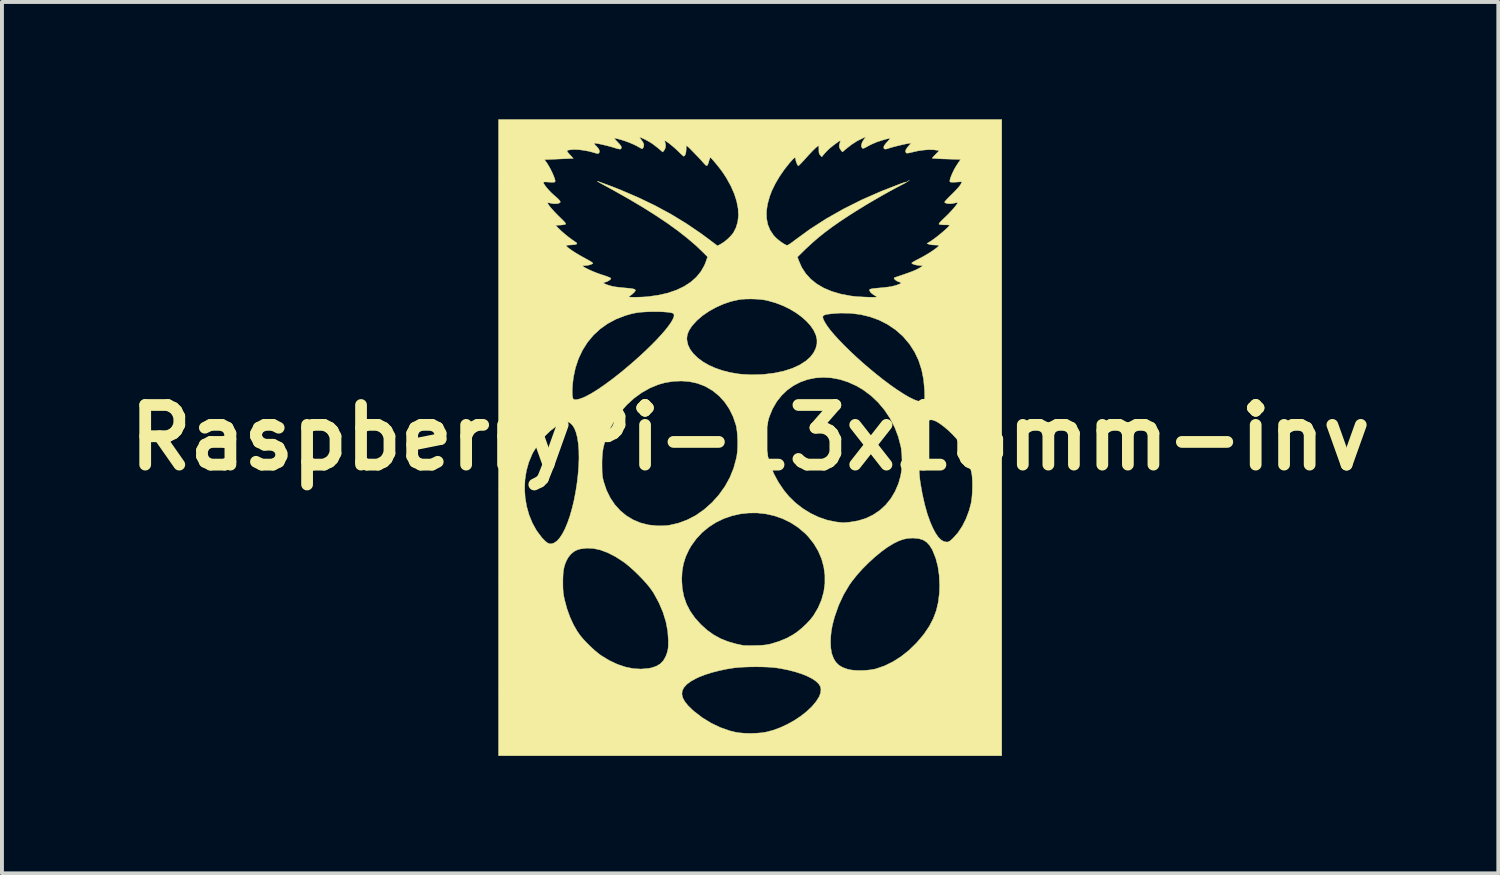
<source format=kicad_pcb>
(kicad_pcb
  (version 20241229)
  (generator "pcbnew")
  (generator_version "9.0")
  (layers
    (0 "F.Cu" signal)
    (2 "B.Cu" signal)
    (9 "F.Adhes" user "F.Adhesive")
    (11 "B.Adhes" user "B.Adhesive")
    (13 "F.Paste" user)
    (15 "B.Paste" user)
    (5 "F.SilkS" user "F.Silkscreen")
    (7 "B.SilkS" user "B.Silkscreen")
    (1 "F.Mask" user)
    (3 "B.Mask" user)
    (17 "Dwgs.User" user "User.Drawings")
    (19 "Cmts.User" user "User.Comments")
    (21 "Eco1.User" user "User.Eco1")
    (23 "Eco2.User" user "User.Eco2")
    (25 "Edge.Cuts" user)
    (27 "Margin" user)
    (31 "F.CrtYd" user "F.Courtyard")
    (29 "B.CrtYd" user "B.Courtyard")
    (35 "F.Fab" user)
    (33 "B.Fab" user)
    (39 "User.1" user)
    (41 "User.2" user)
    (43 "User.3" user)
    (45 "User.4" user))
  (footprint "RaspberryPi-13x16mm-inv"
    (layer "F.Cu")
    (at 16.118 8.133)
    (property "Reference" "RaspberryPi-13x16mm-inv" (at 0 0 0) (layer "F.SilkS") (effects (font (size 1.524 1.524) (thickness 0.3))))
    (attr through_hole)
    (fp_poly (pts (xy 4.032 -6.548) (xy 4.024 -6.54) (xy 4.016 -6.548) (xy 4.024 -6.556) (xy 4.032 -6.548)) (stroke (width 0.01) (type solid)) (fill yes) (layer "F.SilkS"))
    (fp_poly (pts (xy 4.064 -6.564) (xy 4.056 -6.556) (xy 4.048 -6.564) (xy 4.056 -6.572) (xy 4.064 -6.564)) (stroke (width 0.01) (type solid)) (fill yes) (layer "F.SilkS"))
    (fp_poly (pts (xy 6.429 8.128) (xy -6.429 8.128) (xy -6.429 6.552) (xy -1.744 6.552) (xy -1.724 6.643) (xy -1.672 6.74) (xy -1.591 6.843) (xy -1.478 6.954) (xy -1.436 6.991) (xy -1.224 7.154) (xy -0.998 7.293) (xy -0.762 7.406) (xy -0.522 7.49) (xy -0.381 7.525) (xy -0.267 7.543) (xy -0.132 7.554) (xy 0.013 7.557) (xy 0.159 7.552) (xy 0.295 7.541) (xy 0.398 7.525) (xy 0.583 7.477) (xy 0.769 7.409) (xy 0.952 7.324) (xy 1.129 7.226) (xy 1.294 7.116) (xy 1.445 6.997) (xy 1.577 6.872) (xy 1.685 6.744) (xy 1.766 6.615) (xy 1.769 6.608) (xy 1.801 6.518) (xy 1.809 6.43) (xy 1.795 6.36) (xy 1.753 6.292) (xy 1.683 6.225) (xy 1.586 6.159) (xy 1.465 6.097) (xy 1.323 6.039) (xy 1.163 5.987) (xy 0.987 5.941) (xy 0.797 5.902) (xy 0.667 5.881) (xy 0.562 5.87) (xy 0.433 5.862) (xy 0.288 5.857) (xy 0.135 5.856) (xy -0.019 5.858) (xy -0.165 5.863) (xy -0.297 5.871) (xy -0.398 5.881) (xy -0.593 5.912) (xy -0.788 5.953) (xy -0.976 6.001) (xy -1.15 6.056) (xy -1.303 6.115) (xy -1.382 6.152) (xy -1.517 6.227) (xy -1.62 6.304) (xy -1.692 6.384) (xy -1.734 6.466) (xy -1.744 6.552) (xy -6.429 6.552) (xy -6.429 3.699) (xy -4.785 3.699) (xy -4.784 3.805) (xy -4.781 3.889) (xy -4.775 3.96) (xy -4.766 4.026) (xy -4.752 4.097) (xy -4.74 4.151) (xy -4.68 4.374) (xy -4.604 4.584) (xy -4.515 4.779) (xy -4.416 4.951) (xy -4.342 5.056) (xy -4.265 5.148) (xy -4.172 5.247) (xy -4.07 5.347) (xy -3.968 5.441) (xy -3.871 5.52) (xy -3.809 5.566) (xy -3.604 5.691) (xy -3.397 5.789) (xy -3.191 5.859) (xy -2.988 5.901) (xy -2.789 5.913) (xy -2.596 5.896) (xy -2.516 5.88) (xy -2.394 5.838) (xy -2.295 5.779) (xy -2.217 5.697) (xy -2.157 5.592) (xy -2.124 5.503) (xy -2.108 5.447) (xy -2.098 5.392) (xy -2.092 5.33) (xy -2.09 5.251) (xy -2.09 5.183) (xy -2.106 4.946) (xy -2.152 4.704) (xy -2.227 4.461) (xy -2.33 4.22) (xy -2.458 3.984) (xy -2.501 3.917) (xy -2.565 3.828) (xy -2.649 3.727) (xy -2.745 3.62) (xy -1.748 3.62) (xy -1.735 3.844) (xy -1.695 4.053) (xy -1.628 4.249) (xy -1.531 4.435) (xy -1.406 4.613) (xy -1.255 4.778) (xy -1.099 4.919) (xy -0.935 5.036) (xy -0.76 5.133) (xy -0.568 5.21) (xy -0.356 5.271) (xy -0.175 5.309) (xy -0.145 5.311) (xy -0.091 5.312) (xy -0.018 5.313) (xy 0.068 5.312) (xy 0.119 5.311) (xy 0.234 5.308) (xy 0.326 5.303) (xy 0.403 5.294) (xy 0.476 5.282) (xy 0.524 5.271) (xy 0.649 5.233) (xy 2.054 5.233) (xy 2.061 5.37) (xy 2.079 5.488) (xy 2.091 5.534) (xy 2.137 5.651) (xy 2.195 5.743) (xy 2.269 5.815) (xy 2.364 5.871) (xy 2.485 5.915) (xy 2.51 5.922) (xy 2.602 5.939) (xy 2.717 5.948) (xy 2.843 5.95) (xy 2.972 5.944) (xy 3.094 5.93) (xy 3.201 5.91) (xy 3.215 5.906) (xy 3.434 5.831) (xy 3.65 5.725) (xy 3.86 5.591) (xy 4.06 5.432) (xy 4.25 5.247) (xy 4.425 5.041) (xy 4.446 5.013) (xy 4.577 4.82) (xy 4.68 4.622) (xy 4.757 4.417) (xy 4.808 4.199) (xy 4.836 3.965) (xy 4.842 3.78) (xy 4.831 3.525) (xy 4.798 3.292) (xy 4.742 3.079) (xy 4.664 2.885) (xy 4.648 2.853) (xy 4.582 2.747) (xy 4.507 2.668) (xy 4.418 2.613) (xy 4.311 2.58) (xy 4.183 2.567) (xy 4.143 2.566) (xy 4.023 2.574) (xy 3.908 2.599) (xy 3.789 2.642) (xy 3.658 2.707) (xy 3.653 2.71) (xy 3.506 2.801) (xy 3.348 2.916) (xy 3.187 3.049) (xy 3.027 3.195) (xy 2.873 3.349) (xy 2.731 3.507) (xy 2.606 3.664) (xy 2.537 3.761) (xy 2.387 4.013) (xy 2.261 4.285) (xy 2.159 4.574) (xy 2.102 4.788) (xy 2.075 4.935) (xy 2.059 5.086) (xy 2.054 5.233) (xy 0.649 5.233) (xy 0.732 5.208) (xy 0.933 5.125) (xy 1.104 5.031) (xy 1.211 4.957) (xy 1.324 4.864) (xy 1.433 4.762) (xy 1.532 4.657) (xy 1.611 4.558) (xy 1.618 4.548) (xy 1.735 4.352) (xy 1.823 4.148) (xy 1.881 3.939) (xy 1.91 3.726) (xy 1.91 3.513) (xy 1.881 3.302) (xy 1.825 3.096) (xy 1.74 2.897) (xy 1.628 2.709) (xy 1.488 2.532) (xy 1.404 2.445) (xy 1.225 2.294) (xy 1.033 2.169) (xy 0.83 2.07) (xy 0.62 1.997) (xy 0.403 1.948) (xy 0.184 1.924) (xy -0.036 1.925) (xy -0.254 1.949) (xy -0.467 1.998) (xy -0.673 2.069) (xy -0.87 2.164) (xy -1.053 2.281) (xy -1.223 2.42) (xy -1.374 2.581) (xy -1.506 2.763) (xy -1.568 2.871) (xy -1.65 3.05) (xy -1.706 3.232) (xy -1.738 3.423) (xy -1.748 3.62) (xy -2.745 3.62) (xy -2.748 3.618) (xy -2.856 3.506) (xy -2.968 3.398) (xy -3.079 3.299) (xy -3.182 3.214) (xy -3.239 3.172) (xy -3.441 3.041) (xy -3.636 2.941) (xy -3.823 2.871) (xy -4.001 2.832) (xy -4.173 2.823) (xy -4.336 2.844) (xy -4.417 2.867) (xy -4.5 2.909) (xy -4.58 2.976) (xy -4.649 3.062) (xy -4.688 3.131) (xy -4.724 3.214) (xy -4.75 3.295) (xy -4.768 3.382) (xy -4.779 3.481) (xy -4.784 3.6) (xy -4.785 3.699) (xy -6.429 3.699) (xy -6.429 1.304) (xy -5.763 1.304) (xy -5.749 1.533) (xy -5.71 1.758) (xy -5.649 1.976) (xy -5.564 2.183) (xy -5.457 2.375) (xy -5.328 2.548) (xy -5.294 2.585) (xy -5.227 2.652) (xy -5.171 2.694) (xy -5.121 2.713) (xy -5.069 2.711) (xy -5.011 2.691) (xy -5.007 2.689) (xy -4.935 2.639) (xy -4.864 2.56) (xy -4.795 2.454) (xy -4.728 2.324) (xy -4.665 2.172) (xy -4.605 2.001) (xy -4.551 1.812) (xy -4.502 1.609) (xy -4.46 1.394) (xy -4.425 1.17) (xy -4.398 0.938) (xy -4.382 0.738) (xy -4.38 0.699) (xy -3.785 0.699) (xy -3.784 0.805) (xy -3.782 0.887) (xy -3.777 0.952) (xy -3.77 1.008) (xy -3.759 1.063) (xy -3.744 1.123) (xy -3.742 1.13) (xy -3.67 1.344) (xy -3.574 1.539) (xy -3.457 1.713) (xy -3.319 1.865) (xy -3.162 1.995) (xy -2.989 2.099) (xy -2.8 2.178) (xy -2.598 2.229) (xy -2.384 2.252) (xy -2.334 2.253) (xy -2.251 2.252) (xy -2.167 2.248) (xy -2.096 2.242) (xy -2.069 2.238) (xy -1.831 2.184) (xy -1.604 2.099) (xy -1.386 1.985) (xy -1.179 1.84) (xy -0.982 1.665) (xy -0.975 1.659) (xy -0.796 1.459) (xy -0.643 1.244) (xy -0.517 1.016) (xy -0.42 0.775) (xy -0.353 0.526) (xy -0.34 0.46) (xy -0.327 0.354) (xy -0.32 0.229) (xy -0.319 0.096) (xy -0.323 -0.012) (xy 0.4 -0.012) (xy 0.41 0.222) (xy 0.447 0.457) (xy 0.512 0.69) (xy 0.604 0.919) (xy 0.722 1.139) (xy 0.864 1.348) (xy 0.988 1.498) (xy 1.156 1.663) (xy 1.343 1.809) (xy 1.544 1.933) (xy 1.755 2.033) (xy 1.971 2.107) (xy 2.189 2.152) (xy 2.237 2.158) (xy 2.295 2.164) (xy 2.341 2.169) (xy 2.364 2.172) (xy 2.365 2.173) (xy 2.383 2.172) (xy 2.426 2.169) (xy 2.487 2.164) (xy 2.544 2.159) (xy 2.76 2.123) (xy 2.961 2.06) (xy 3.147 1.97) (xy 3.316 1.856) (xy 3.466 1.717) (xy 3.596 1.556) (xy 3.704 1.374) (xy 3.79 1.173) (xy 3.845 0.979) (xy 3.865 0.86) (xy 3.877 0.721) (xy 3.88 0.573) (xy 3.878 0.502) (xy 4.308 0.502) (xy 4.311 0.648) (xy 4.316 0.791) (xy 4.324 0.927) (xy 4.335 1.049) (xy 4.347 1.143) (xy 4.399 1.439) (xy 4.46 1.709) (xy 4.528 1.952) (xy 4.605 2.166) (xy 4.668 2.31) (xy 4.738 2.441) (xy 4.807 2.541) (xy 4.877 2.611) (xy 4.947 2.653) (xy 5.019 2.667) (xy 5.022 2.667) (xy 5.054 2.664) (xy 5.084 2.653) (xy 5.119 2.629) (xy 5.165 2.588) (xy 5.186 2.568) (xy 5.311 2.428) (xy 5.421 2.262) (xy 5.516 2.073) (xy 5.594 1.866) (xy 5.645 1.675) (xy 5.66 1.585) (xy 5.671 1.474) (xy 5.678 1.348) (xy 5.68 1.219) (xy 5.678 1.095) (xy 5.671 0.985) (xy 5.661 0.911) (xy 5.608 0.682) (xy 5.53 0.462) (xy 5.429 0.256) (xy 5.338 0.111) (xy 5.264 0.017) (xy 5.17 -0.085) (xy 5.065 -0.186) (xy 4.956 -0.279) (xy 4.853 -0.355) (xy 4.848 -0.359) (xy 4.758 -0.414) (xy 4.683 -0.446) (xy 4.62 -0.456) (xy 4.564 -0.444) (xy 4.513 -0.416) (xy 4.469 -0.371) (xy 4.425 -0.3) (xy 4.384 -0.212) (xy 4.35 -0.112) (xy 4.338 -0.064) (xy 4.326 0.009) (xy 4.317 0.107) (xy 4.311 0.226) (xy 4.308 0.359) (xy 4.308 0.502) (xy 3.878 0.502) (xy 3.875 0.427) (xy 3.862 0.293) (xy 3.852 0.232) (xy 3.786 -0.022) (xy 3.694 -0.264) (xy 3.575 -0.494) (xy 3.433 -0.707) (xy 3.269 -0.902) (xy 3.086 -1.075) (xy 2.884 -1.225) (xy 2.721 -1.321) (xy 2.506 -1.419) (xy 2.291 -1.488) (xy 2.077 -1.528) (xy 1.868 -1.54) (xy 1.664 -1.526) (xy 1.468 -1.486) (xy 1.282 -1.42) (xy 1.108 -1.33) (xy 0.948 -1.216) (xy 0.805 -1.079) (xy 0.679 -0.92) (xy 0.574 -0.739) (xy 0.491 -0.538) (xy 0.469 -0.468) (xy 0.42 -0.243) (xy 0.4 -0.012) (xy -0.323 -0.012) (xy -0.324 -0.038) (xy -0.335 -0.163) (xy -0.351 -0.27) (xy -0.362 -0.32) (xy -0.435 -0.536) (xy -0.532 -0.733) (xy -0.651 -0.91) (xy -0.792 -1.065) (xy -0.953 -1.197) (xy -1.134 -1.304) (xy -1.165 -1.319) (xy -1.348 -1.388) (xy -1.545 -1.431) (xy -1.752 -1.448) (xy -1.964 -1.439) (xy -2.176 -1.404) (xy -2.342 -1.358) (xy -2.561 -1.268) (xy -2.77 -1.15) (xy -2.968 -1.006) (xy -3.15 -0.84) (xy -3.315 -0.653) (xy -3.459 -0.449) (xy -3.581 -0.231) (xy -3.678 -0.001) (xy -3.689 0.032) (xy -3.725 0.149) (xy -3.752 0.256) (xy -3.769 0.361) (xy -3.78 0.474) (xy -3.785 0.604) (xy -3.785 0.699) (xy -4.38 0.699) (xy -4.374 0.527) (xy -4.377 0.332) (xy -4.391 0.156) (xy -4.414 0.001) (xy -4.448 -0.132) (xy -4.491 -0.241) (xy -4.544 -0.323) (xy -4.604 -0.378) (xy -4.629 -0.391) (xy -4.677 -0.407) (xy -4.721 -0.411) (xy -4.768 -0.401) (xy -4.824 -0.375) (xy -4.896 -0.332) (xy -4.922 -0.315) (xy -5.106 -0.176) (xy -5.273 -0.013) (xy -5.42 0.172) (xy -5.545 0.372) (xy -5.571 0.423) (xy -5.657 0.63) (xy -5.718 0.848) (xy -5.753 1.074) (xy -5.763 1.304) (xy -6.429 1.304) (xy -6.429 -1.215) (xy -4.546 -1.215) (xy -4.545 -1.113) (xy -4.538 -1.038) (xy -4.523 -0.992) (xy -4.519 -0.987) (xy -4.487 -0.971) (xy -4.432 -0.972) (xy -4.359 -0.989) (xy -4.27 -1.021) (xy -4.203 -1.051) (xy -4.054 -1.131) (xy -3.887 -1.235) (xy -3.703 -1.362) (xy -3.503 -1.51) (xy -3.29 -1.678) (xy -3.183 -1.767) (xy -3.002 -1.921) (xy -2.831 -2.073) (xy -2.672 -2.22) (xy -2.525 -2.363) (xy -2.392 -2.498) (xy -2.336 -2.559) (xy -1.616 -2.559) (xy -1.615 -2.493) (xy -1.589 -2.372) (xy -1.533 -2.255) (xy -1.449 -2.144) (xy -1.341 -2.039) (xy -1.211 -1.942) (xy -1.06 -1.854) (xy -0.89 -1.778) (xy -0.705 -1.714) (xy -0.506 -1.664) (xy -0.296 -1.629) (xy -0.22 -1.621) (xy 0.026 -1.607) (xy 0.278 -1.613) (xy 0.365 -1.619) (xy 0.628 -1.652) (xy 0.865 -1.703) (xy 1.077 -1.771) (xy 1.264 -1.857) (xy 1.426 -1.961) (xy 1.534 -2.057) (xy 1.618 -2.164) (xy 1.676 -2.278) (xy 1.706 -2.396) (xy 1.708 -2.5) (xy 1.681 -2.62) (xy 1.625 -2.742) (xy 1.543 -2.862) (xy 1.437 -2.979) (xy 1.311 -3.09) (xy 1.306 -3.094) (xy 1.857 -3.094) (xy 1.859 -3.059) (xy 1.876 -3.012) (xy 1.906 -2.953) (xy 1.964 -2.86) (xy 2.045 -2.751) (xy 2.147 -2.63) (xy 2.268 -2.497) (xy 2.403 -2.357) (xy 2.552 -2.211) (xy 2.712 -2.061) (xy 2.879 -1.911) (xy 3.051 -1.763) (xy 3.226 -1.619) (xy 3.4 -1.481) (xy 3.572 -1.352) (xy 3.738 -1.235) (xy 3.76 -1.221) (xy 3.921 -1.116) (xy 4.061 -1.034) (xy 4.18 -0.975) (xy 4.277 -0.938) (xy 4.354 -0.923) (xy 4.411 -0.93) (xy 4.438 -0.948) (xy 4.449 -0.962) (xy 4.455 -0.982) (xy 4.459 -1.013) (xy 4.46 -1.061) (xy 4.459 -1.131) (xy 4.456 -1.214) (xy 4.432 -1.484) (xy 4.382 -1.735) (xy 4.306 -1.97) (xy 4.204 -2.187) (xy 4.075 -2.388) (xy 3.919 -2.573) (xy 3.889 -2.604) (xy 3.711 -2.76) (xy 3.513 -2.893) (xy 3.298 -3.003) (xy 3.067 -3.087) (xy 2.824 -3.146) (xy 2.57 -3.178) (xy 2.308 -3.183) (xy 2.179 -3.175) (xy 2.062 -3.164) (xy 1.974 -3.153) (xy 1.912 -3.139) (xy 1.874 -3.12) (xy 1.857 -3.094) (xy 1.306 -3.094) (xy 1.167 -3.195) (xy 1.007 -3.29) (xy 0.835 -3.373) (xy 0.653 -3.443) (xy 0.465 -3.497) (xy 0.37 -3.518) (xy 0.273 -3.531) (xy 0.156 -3.54) (xy 0.03 -3.544) (xy -0.095 -3.543) (xy -0.208 -3.536) (xy -0.288 -3.526) (xy -0.484 -3.482) (xy -0.68 -3.416) (xy -0.869 -3.332) (xy -1.048 -3.233) (xy -1.211 -3.122) (xy -1.354 -3) (xy -1.472 -2.872) (xy -1.502 -2.832) (xy -1.564 -2.734) (xy -1.601 -2.646) (xy -1.616 -2.559) (xy -2.336 -2.559) (xy -2.274 -2.626) (xy -2.171 -2.744) (xy -2.087 -2.851) (xy -2.02 -2.946) (xy -1.974 -3.027) (xy -1.948 -3.093) (xy -1.944 -3.143) (xy -1.964 -3.174) (xy -1.977 -3.181) (xy -2.031 -3.195) (xy -2.111 -3.206) (xy -2.213 -3.214) (xy -2.33 -3.219) (xy -2.458 -3.22) (xy -2.564 -3.218) (xy -2.694 -3.212) (xy -2.801 -3.205) (xy -2.894 -3.193) (xy -2.981 -3.177) (xy -3.073 -3.154) (xy -3.177 -3.123) (xy -3.191 -3.119) (xy -3.423 -3.03) (xy -3.637 -2.916) (xy -3.83 -2.779) (xy -4.003 -2.62) (xy -4.154 -2.439) (xy -4.281 -2.239) (xy -4.385 -2.021) (xy -4.464 -1.785) (xy -4.517 -1.534) (xy -4.539 -1.343) (xy -4.546 -1.215) (xy -6.429 -1.215) (xy -6.429 -6.527) (xy -5.286 -6.527) (xy -5.275 -6.495) (xy -5.245 -6.447) (xy -5.201 -6.389) (xy -5.146 -6.326) (xy -5.085 -6.262) (xy -5.023 -6.204) (xy -5.014 -6.196) (xy -4.942 -6.134) (xy -4.893 -6.087) (xy -4.863 -6.053) (xy -4.852 -6.029) (xy -4.855 -6.012) (xy -4.863 -6.003) (xy -4.905 -5.984) (xy -4.967 -5.976) (xy -5.038 -5.979) (xy -5.092 -5.99) (xy -5.138 -6) (xy -5.168 -6.003) (xy -5.175 -6.001) (xy -5.163 -5.969) (xy -5.129 -5.918) (xy -5.074 -5.852) (xy -5 -5.77) (xy -4.91 -5.677) (xy -4.82 -5.59) (xy -4.762 -5.532) (xy -4.726 -5.491) (xy -4.712 -5.465) (xy -4.715 -5.455) (xy -4.738 -5.446) (xy -4.784 -5.438) (xy -4.843 -5.432) (xy -4.852 -5.432) (xy -4.972 -5.426) (xy -4.887 -5.339) (xy -4.821 -5.276) (xy -4.737 -5.203) (xy -4.647 -5.13) (xy -4.558 -5.064) (xy -4.482 -5.012) (xy -4.479 -5.009) (xy -4.439 -4.981) (xy -4.425 -4.959) (xy -4.438 -4.944) (xy -4.479 -4.933) (xy -4.55 -4.926) (xy -4.58 -4.924) (xy -4.646 -4.92) (xy -4.684 -4.915) (xy -4.7 -4.908) (xy -4.699 -4.898) (xy -4.697 -4.896) (xy -4.66 -4.86) (xy -4.599 -4.814) (xy -4.519 -4.759) (xy -4.425 -4.7) (xy -4.321 -4.639) (xy -4.233 -4.591) (xy -4.142 -4.541) (xy -4.077 -4.503) (xy -4.037 -4.476) (xy -4.019 -4.459) (xy -4.02 -4.45) (xy -4.068 -4.425) (xy -4.135 -4.406) (xy -4.207 -4.397) (xy -4.221 -4.397) (xy -4.264 -4.396) (xy -4.281 -4.391) (xy -4.274 -4.381) (xy -4.262 -4.371) (xy -4.217 -4.342) (xy -4.147 -4.306) (xy -4.061 -4.266) (xy -3.965 -4.226) (xy -3.865 -4.188) (xy -3.768 -4.155) (xy -3.75 -4.15) (xy -3.673 -4.124) (xy -3.611 -4.101) (xy -3.571 -4.082) (xy -3.556 -4.07) (xy -3.569 -4.046) (xy -3.603 -4.017) (xy -3.648 -3.992) (xy -3.694 -3.975) (xy -3.698 -3.975) (xy -3.731 -3.965) (xy -3.746 -3.954) (xy -3.747 -3.953) (xy -3.732 -3.94) (xy -3.695 -3.922) (xy -3.642 -3.902) (xy -3.58 -3.883) (xy -3.518 -3.866) (xy -3.481 -3.859) (xy -3.428 -3.851) (xy -3.353 -3.842) (xy -3.268 -3.833) (xy -3.196 -3.826) (xy -3.092 -3.817) (xy -3.017 -3.807) (xy -2.967 -3.796) (xy -2.94 -3.782) (xy -2.931 -3.766) (xy -2.936 -3.748) (xy -2.965 -3.711) (xy -3.016 -3.664) (xy -3.08 -3.616) (xy -3.096 -3.605) (xy -3.099 -3.597) (xy -3.086 -3.592) (xy -3.052 -3.59) (xy -2.993 -3.589) (xy -2.943 -3.589) (xy -2.847 -3.59) (xy -2.74 -3.594) (xy -2.64 -3.601) (xy -2.601 -3.604) (xy -2.338 -3.642) (xy -2.098 -3.697) (xy -1.881 -3.772) (xy -1.688 -3.864) (xy -1.52 -3.973) (xy -1.376 -4.1) (xy -1.259 -4.243) (xy -1.168 -4.402) (xy -1.126 -4.508) (xy -1.088 -4.619) (xy -1.191 -4.724) (xy -1.382 -4.907) (xy -1.599 -5.093) (xy -1.842 -5.284) (xy -2.112 -5.479) (xy -2.41 -5.678) (xy -2.736 -5.884) (xy -3.091 -6.095) (xy -3.477 -6.313) (xy -3.661 -6.414) (xy -3.742 -6.458) (xy -3.811 -6.496) (xy -3.864 -6.526) (xy -3.897 -6.545) (xy -3.906 -6.552) (xy -3.905 -6.552) (xy -3.852 -6.534) (xy -3.776 -6.507) (xy -3.684 -6.473) (xy -3.581 -6.435) (xy -3.474 -6.394) (xy -3.37 -6.353) (xy -3.302 -6.326) (xy -2.85 -6.132) (xy -2.423 -5.926) (xy -2.018 -5.707) (xy -1.631 -5.471) (xy -1.257 -5.217) (xy -1.065 -5.075) (xy -0.834 -4.901) (xy -0.749 -4.947) (xy -0.666 -5) (xy -0.58 -5.07) (xy -0.501 -5.147) (xy -0.438 -5.222) (xy -0.43 -5.233) (xy -0.36 -5.368) (xy -0.316 -5.518) (xy -0.299 -5.681) (xy -0.304 -5.78) (xy 0.417 -5.78) (xy 0.42 -5.608) (xy 0.45 -5.449) (xy 0.509 -5.305) (xy 0.596 -5.174) (xy 0.651 -5.114) (xy 0.716 -5.056) (xy 0.79 -4.999) (xy 0.865 -4.95) (xy 0.929 -4.917) (xy 0.937 -4.914) (xy 0.961 -4.92) (xy 1.006 -4.945) (xy 1.069 -4.989) (xy 1.128 -5.034) (xy 1.52 -5.32) (xy 1.939 -5.59) (xy 2.385 -5.843) (xy 2.858 -6.08) (xy 3.358 -6.299) (xy 3.84 -6.486) (xy 3.904 -6.509) (xy 3.955 -6.525) (xy 3.988 -6.534) (xy 3.997 -6.534) (xy 3.987 -6.524) (xy 3.956 -6.504) (xy 3.909 -6.479) (xy 3.903 -6.476) (xy 3.746 -6.394) (xy 3.569 -6.298) (xy 3.379 -6.192) (xy 3.183 -6.079) (xy 2.987 -5.964) (xy 2.799 -5.849) (xy 2.624 -5.74) (xy 2.516 -5.671) (xy 2.29 -5.521) (xy 2.089 -5.38) (xy 1.908 -5.245) (xy 1.742 -5.112) (xy 1.588 -4.979) (xy 1.44 -4.842) (xy 1.402 -4.806) (xy 1.209 -4.616) (xy 1.239 -4.531) (xy 1.316 -4.353) (xy 1.42 -4.193) (xy 1.549 -4.051) (xy 1.703 -3.928) (xy 1.882 -3.823) (xy 2.087 -3.737) (xy 2.315 -3.67) (xy 2.568 -3.622) (xy 2.639 -3.613) (xy 2.702 -3.606) (xy 2.78 -3.601) (xy 2.866 -3.596) (xy 2.954 -3.592) (xy 3.039 -3.589) (xy 3.116 -3.588) (xy 3.179 -3.588) (xy 3.221 -3.59) (xy 3.238 -3.594) (xy 3.239 -3.594) (xy 3.226 -3.605) (xy 3.194 -3.626) (xy 3.168 -3.642) (xy 3.108 -3.684) (xy 3.067 -3.727) (xy 3.048 -3.767) (xy 3.048 -3.772) (xy 3.053 -3.784) (xy 3.071 -3.795) (xy 3.105 -3.803) (xy 3.16 -3.812) (xy 3.24 -3.82) (xy 3.31 -3.826) (xy 3.396 -3.834) (xy 3.48 -3.844) (xy 3.552 -3.853) (xy 3.594 -3.859) (xy 3.656 -3.873) (xy 3.72 -3.89) (xy 3.779 -3.91) (xy 3.826 -3.929) (xy 3.854 -3.945) (xy 3.858 -3.952) (xy 3.844 -3.963) (xy 3.81 -3.978) (xy 3.797 -3.982) (xy 3.753 -4) (xy 3.715 -4.026) (xy 3.687 -4.053) (xy 3.676 -4.075) (xy 3.685 -4.087) (xy 3.707 -4.095) (xy 3.753 -4.111) (xy 3.818 -4.133) (xy 3.896 -4.159) (xy 3.941 -4.175) (xy 4.069 -4.22) (xy 4.171 -4.259) (xy 4.254 -4.296) (xy 4.322 -4.332) (xy 4.371 -4.363) (xy 4.415 -4.393) (xy 4.315 -4.401) (xy 4.244 -4.411) (xy 4.185 -4.426) (xy 4.144 -4.443) (xy 4.128 -4.462) (xy 4.128 -4.463) (xy 4.141 -4.475) (xy 4.177 -4.497) (xy 4.232 -4.528) (xy 4.298 -4.562) (xy 4.306 -4.566) (xy 4.396 -4.613) (xy 4.487 -4.665) (xy 4.575 -4.718) (xy 4.656 -4.771) (xy 4.726 -4.82) (xy 4.781 -4.862) (xy 4.815 -4.894) (xy 4.826 -4.913) (xy 4.811 -4.917) (xy 4.773 -4.92) (xy 4.72 -4.922) (xy 4.719 -4.922) (xy 4.656 -4.925) (xy 4.599 -4.933) (xy 4.565 -4.943) (xy 4.519 -4.962) (xy 4.592 -5.006) (xy 4.643 -5.039) (xy 4.706 -5.084) (xy 4.776 -5.137) (xy 4.848 -5.195) (xy 4.919 -5.254) (xy 4.984 -5.311) (xy 5.037 -5.36) (xy 5.076 -5.399) (xy 5.095 -5.424) (xy 5.096 -5.429) (xy 5.081 -5.433) (xy 5.042 -5.436) (xy 4.987 -5.437) (xy 4.97 -5.437) (xy 4.908 -5.439) (xy 4.858 -5.445) (xy 4.829 -5.453) (xy 4.826 -5.454) (xy 4.827 -5.469) (xy 4.847 -5.498) (xy 4.888 -5.542) (xy 4.951 -5.603) (xy 4.985 -5.635) (xy 5.05 -5.698) (xy 5.115 -5.766) (xy 5.176 -5.833) (xy 5.229 -5.895) (xy 5.271 -5.948) (xy 5.296 -5.987) (xy 5.302 -6.004) (xy 5.288 -6.005) (xy 5.251 -6) (xy 5.201 -5.989) (xy 5.134 -5.979) (xy 5.07 -5.979) (xy 5.017 -5.987) (xy 4.98 -6.002) (xy 4.969 -6.02) (xy 4.98 -6.037) (xy 5.01 -6.072) (xy 5.055 -6.12) (xy 5.113 -6.178) (xy 5.158 -6.222) (xy 5.228 -6.293) (xy 5.29 -6.359) (xy 5.34 -6.416) (xy 5.373 -6.46) (xy 5.38 -6.473) (xy 5.414 -6.54) (xy 5.265 -6.53) (xy 5.186 -6.526) (xy 5.135 -6.528) (xy 5.109 -6.535) (xy 5.105 -6.539) (xy 5.102 -6.569) (xy 5.114 -6.621) (xy 5.138 -6.688) (xy 5.172 -6.767) (xy 5.213 -6.85) (xy 5.26 -6.933) (xy 5.31 -7.01) (xy 5.31 -7.011) (xy 5.378 -7.108) (xy 5.015 -7.12) (xy 4.911 -7.123) (xy 4.819 -7.127) (xy 4.743 -7.132) (xy 4.687 -7.136) (xy 4.656 -7.139) (xy 4.651 -7.141) (xy 4.662 -7.156) (xy 4.689 -7.187) (xy 4.729 -7.229) (xy 4.741 -7.241) (xy 4.831 -7.332) (xy 4.769 -7.345) (xy 4.673 -7.357) (xy 4.557 -7.358) (xy 4.43 -7.348) (xy 4.3 -7.33) (xy 4.191 -7.306) (xy 4.102 -7.284) (xy 4.04 -7.272) (xy 4.003 -7.27) (xy 3.989 -7.274) (xy 3.97 -7.308) (xy 3.979 -7.355) (xy 4.017 -7.415) (xy 4.043 -7.446) (xy 4.118 -7.529) (xy 4.047 -7.518) (xy 3.977 -7.505) (xy 3.89 -7.486) (xy 3.796 -7.464) (xy 3.703 -7.441) (xy 3.62 -7.418) (xy 3.557 -7.399) (xy 3.543 -7.394) (xy 3.48 -7.375) (xy 3.439 -7.374) (xy 3.418 -7.391) (xy 3.413 -7.422) (xy 3.424 -7.458) (xy 3.458 -7.507) (xy 3.503 -7.558) (xy 3.542 -7.601) (xy 3.569 -7.633) (xy 3.579 -7.65) (xy 3.578 -7.652) (xy 3.558 -7.648) (xy 3.514 -7.637) (xy 3.454 -7.622) (xy 3.414 -7.611) (xy 3.241 -7.557) (xy 3.083 -7.488) (xy 2.98 -7.433) (xy 2.927 -7.404) (xy 2.894 -7.392) (xy 2.872 -7.394) (xy 2.865 -7.398) (xy 2.843 -7.436) (xy 2.844 -7.489) (xy 2.865 -7.551) (xy 2.899 -7.607) (xy 2.957 -7.686) (xy 2.895 -7.66) (xy 2.74 -7.585) (xy 2.589 -7.488) (xy 2.433 -7.365) (xy 2.429 -7.361) (xy 2.358 -7.3) (xy 2.322 -7.342) (xy 2.284 -7.403) (xy 2.275 -7.467) (xy 2.291 -7.526) (xy 2.303 -7.564) (xy 2.305 -7.586) (xy 2.303 -7.588) (xy 2.282 -7.579) (xy 2.243 -7.554) (xy 2.192 -7.518) (xy 2.135 -7.476) (xy 2.079 -7.431) (xy 2.029 -7.39) (xy 1.999 -7.363) (xy 1.951 -7.315) (xy 1.903 -7.263) (xy 1.879 -7.235) (xy 1.831 -7.175) (xy 1.793 -7.216) (xy 1.771 -7.245) (xy 1.76 -7.276) (xy 1.756 -7.323) (xy 1.756 -7.359) (xy 1.755 -7.412) (xy 1.753 -7.448) (xy 1.75 -7.461) (xy 1.727 -7.449) (xy 1.686 -7.416) (xy 1.63 -7.363) (xy 1.562 -7.294) (xy 1.484 -7.211) (xy 1.433 -7.154) (xy 1.372 -7.086) (xy 1.317 -7.028) (xy 1.273 -6.982) (xy 1.243 -6.954) (xy 1.231 -6.945) (xy 1.217 -6.959) (xy 1.198 -6.994) (xy 1.18 -7.04) (xy 1.166 -7.087) (xy 1.16 -7.125) (xy 1.156 -7.148) (xy 1.144 -7.154) (xy 1.122 -7.142) (xy 1.087 -7.109) (xy 1.036 -7.053) (xy 1.003 -7.016) (xy 0.871 -6.849) (xy 0.749 -6.671) (xy 0.641 -6.487) (xy 0.553 -6.307) (xy 0.499 -6.165) (xy 0.444 -5.966) (xy 0.417 -5.78) (xy -0.304 -5.78) (xy -0.308 -5.855) (xy -0.344 -6.039) (xy -0.405 -6.231) (xy -0.492 -6.429) (xy -0.604 -6.631) (xy -0.688 -6.761) (xy -0.729 -6.819) (xy -0.778 -6.884) (xy -0.832 -6.952) (xy -0.885 -7.017) (xy -0.935 -7.075) (xy -0.976 -7.121) (xy -1.005 -7.151) (xy -1.017 -7.158) (xy -1.026 -7.145) (xy -1.04 -7.109) (xy -1.053 -7.068) (xy -1.074 -7) (xy -1.091 -6.96) (xy -1.111 -6.949) (xy -1.139 -6.965) (xy -1.179 -7.007) (xy -1.202 -7.033) (xy -1.253 -7.09) (xy -1.312 -7.154) (xy -1.376 -7.22) (xy -1.439 -7.286) (xy -1.499 -7.347) (xy -1.551 -7.399) (xy -1.592 -7.437) (xy -1.617 -7.458) (xy -1.622 -7.461) (xy -1.629 -7.447) (xy -1.634 -7.409) (xy -1.635 -7.362) (xy -1.641 -7.291) (xy -1.656 -7.235) (xy -1.678 -7.2) (xy -1.699 -7.191) (xy -1.715 -7.202) (xy -1.748 -7.231) (xy -1.794 -7.274) (xy -1.845 -7.324) (xy -1.901 -7.377) (xy -1.963 -7.432) (xy -2.027 -7.485) (xy -2.086 -7.531) (xy -2.136 -7.566) (xy -2.171 -7.585) (xy -2.182 -7.588) (xy -2.183 -7.576) (xy -2.174 -7.548) (xy -2.159 -7.473) (xy -2.168 -7.4) (xy -2.196 -7.344) (xy -2.233 -7.298) (xy -2.351 -7.397) (xy -2.415 -7.448) (xy -2.482 -7.499) (xy -2.542 -7.54) (xy -2.558 -7.55) (xy -2.61 -7.579) (xy -2.667 -7.61) (xy -2.724 -7.638) (xy -2.774 -7.66) (xy -2.81 -7.674) (xy -2.826 -7.676) (xy -2.826 -7.676) (xy -2.817 -7.66) (xy -2.794 -7.627) (xy -2.77 -7.595) (xy -2.739 -7.548) (xy -2.719 -7.504) (xy -2.715 -7.483) (xy -2.721 -7.441) (xy -2.736 -7.404) (xy -2.755 -7.383) (xy -2.76 -7.382) (xy -2.779 -7.389) (xy -2.818 -7.409) (xy -2.87 -7.438) (xy -2.898 -7.454) (xy -2.979 -7.494) (xy -3.08 -7.537) (xy -3.19 -7.578) (xy -3.298 -7.613) (xy -3.392 -7.638) (xy -3.421 -7.643) (xy -3.484 -7.655) (xy -3.385 -7.551) (xy -3.334 -7.496) (xy -3.303 -7.456) (xy -3.29 -7.427) (xy -3.291 -7.402) (xy -3.301 -7.383) (xy -3.312 -7.374) (xy -3.332 -7.372) (xy -3.368 -7.379) (xy -3.424 -7.394) (xy -3.479 -7.411) (xy -3.561 -7.435) (xy -3.651 -7.459) (xy -3.743 -7.481) (xy -3.83 -7.501) (xy -3.904 -7.515) (xy -3.959 -7.523) (xy -3.976 -7.525) (xy -3.989 -7.521) (xy -3.983 -7.505) (xy -3.956 -7.475) (xy -3.938 -7.457) (xy -3.883 -7.396) (xy -3.855 -7.347) (xy -3.851 -7.305) (xy -3.858 -7.286) (xy -3.868 -7.268) (xy -3.88 -7.259) (xy -3.9 -7.259) (xy -3.937 -7.267) (xy -3.995 -7.285) (xy -4 -7.286) (xy -4.118 -7.317) (xy -4.243 -7.341) (xy -4.364 -7.357) (xy -4.473 -7.363) (xy -4.532 -7.361) (xy -4.609 -7.353) (xy -4.657 -7.345) (xy -4.678 -7.332) (xy -4.674 -7.31) (xy -4.647 -7.275) (xy -4.609 -7.233) (xy -4.519 -7.136) (xy -4.887 -7.12) (xy -5.255 -7.104) (xy -5.198 -7.025) (xy -5.153 -6.954) (xy -5.104 -6.866) (xy -5.058 -6.773) (xy -5.019 -6.684) (xy -4.994 -6.615) (xy -4.983 -6.573) (xy -4.983 -6.546) (xy -4.997 -6.53) (xy -5.031 -6.525) (xy -5.088 -6.526) (xy -5.153 -6.53) (xy -5.215 -6.534) (xy -5.261 -6.533) (xy -5.285 -6.529) (xy -5.286 -6.527) (xy -6.429 -6.527) (xy -6.429 -8.128) (xy 6.429 -8.128) (xy 6.429 8.128)) (stroke (width 0.01) (type solid)) (fill yes) (layer "F.SilkS")))
  (gr_rect
    (start -3 -3)
    (end 35.236 19.266)
    (stroke (width 0.1) (type default))
    (fill no)
    (layer "Edge.Cuts")))
</source>
